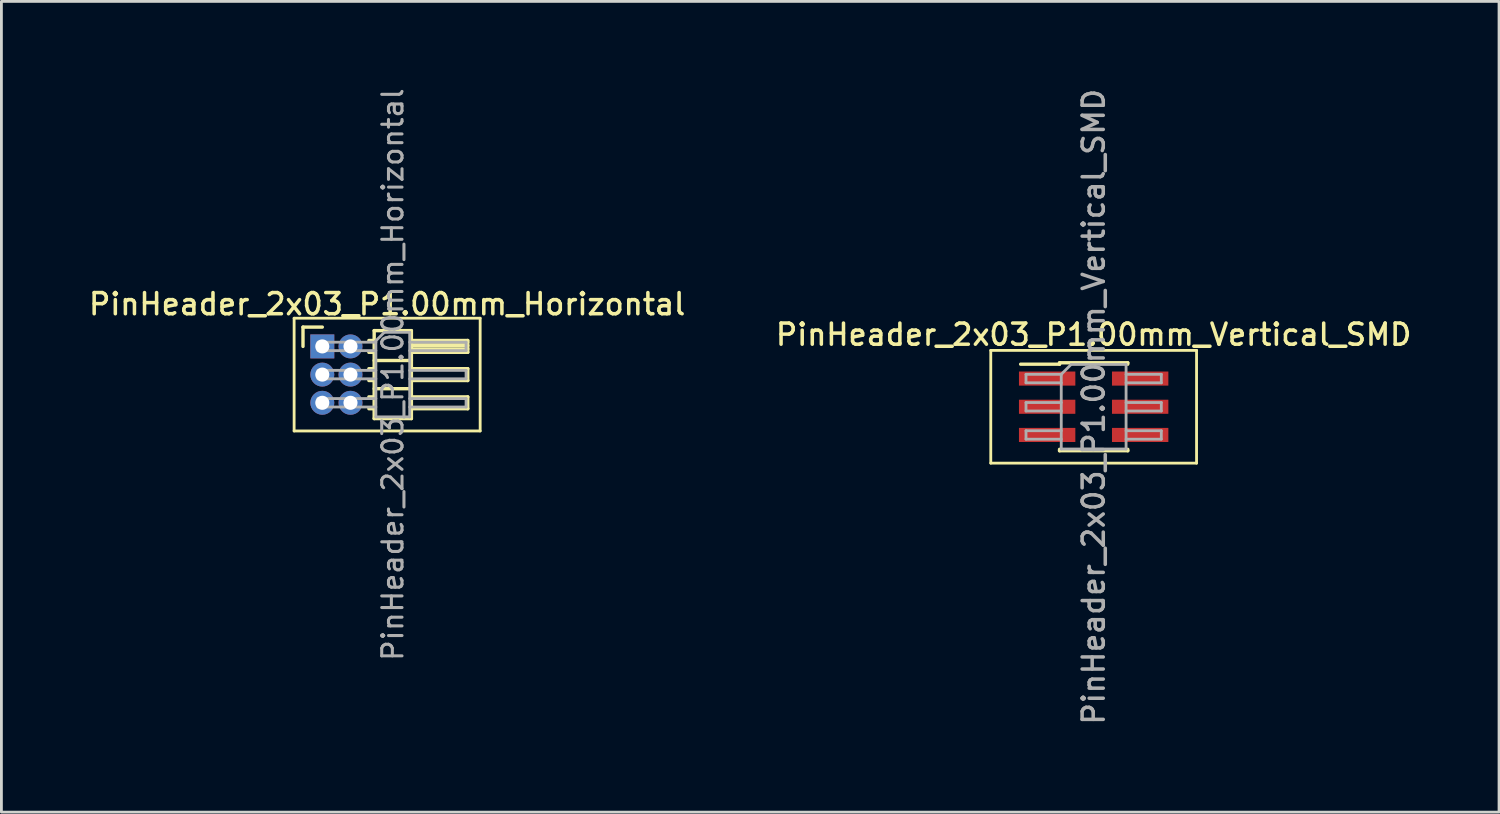
<source format=kicad_pcb>
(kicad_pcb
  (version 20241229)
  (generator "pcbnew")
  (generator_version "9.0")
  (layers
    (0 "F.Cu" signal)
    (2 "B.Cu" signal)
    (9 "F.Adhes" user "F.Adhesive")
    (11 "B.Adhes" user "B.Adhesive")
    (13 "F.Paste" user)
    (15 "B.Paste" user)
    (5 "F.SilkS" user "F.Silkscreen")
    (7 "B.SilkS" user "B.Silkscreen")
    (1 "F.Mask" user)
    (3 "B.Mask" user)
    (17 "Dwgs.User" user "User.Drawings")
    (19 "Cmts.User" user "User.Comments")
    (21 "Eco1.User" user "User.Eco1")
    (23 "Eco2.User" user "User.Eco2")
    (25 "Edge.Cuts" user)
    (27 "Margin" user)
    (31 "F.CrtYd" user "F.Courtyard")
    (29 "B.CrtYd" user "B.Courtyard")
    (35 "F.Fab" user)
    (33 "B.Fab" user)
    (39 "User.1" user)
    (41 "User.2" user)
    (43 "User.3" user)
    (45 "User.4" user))
  (footprint "PinHeader_2x03_P1.00mm_Horizontal"
    (layer "F.Cu")
    (at 8.384 9.239)
    (property "Reference" "PinHeader_2x03_P1.00mm_Horizontal" (at 2.3 -1.5 0) (layer "F.SilkS") (effects (font (size 0.75 0.75) (thickness 0.125))))
    (attr through_hole)
    (fp_line (start -1 -1) (end -1 3) (stroke (width 0.1) (type solid)) (layer "F.SilkS"))
    (fp_line (start -1 3) (end 5.6 3) (stroke (width 0.1) (type solid)) (layer "F.SilkS"))
    (fp_line (start -0.685 -0.685) (end 0 -0.685) (stroke (width 0.12) (type solid)) (layer "F.SilkS"))
    (fp_line (start -0.685 0) (end -0.685 -0.685) (stroke (width 0.12) (type solid)) (layer "F.SilkS"))
    (fp_line (start 1.652 -0.21) (end 1.84 -0.21) (stroke (width 0.12) (type solid)) (layer "F.SilkS"))
    (fp_line (start 1.652 0.21) (end 1.84 0.21) (stroke (width 0.12) (type solid)) (layer "F.SilkS"))
    (fp_line (start 1.652 0.79) (end 1.84 0.79) (stroke (width 0.12) (type solid)) (layer "F.SilkS"))
    (fp_line (start 1.652 1.21) (end 1.84 1.21) (stroke (width 0.12) (type solid)) (layer "F.SilkS"))
    (fp_line (start 1.652 1.79) (end 1.84 1.79) (stroke (width 0.12) (type solid)) (layer "F.SilkS"))
    (fp_line (start 1.652 2.21) (end 1.84 2.21) (stroke (width 0.12) (type solid)) (layer "F.SilkS"))
    (fp_line (start 1.84 -0.56) (end 1.84 2.56) (stroke (width 0.12) (type solid)) (layer "F.SilkS"))
    (fp_line (start 1.84 0.5) (end 3.16 0.5) (stroke (width 0.12) (type solid)) (layer "F.SilkS"))
    (fp_line (start 1.84 1.5) (end 3.16 1.5) (stroke (width 0.12) (type solid)) (layer "F.SilkS"))
    (fp_line (start 1.84 2.56) (end 3.16 2.56) (stroke (width 0.12) (type solid)) (layer "F.SilkS"))
    (fp_line (start 3.16 -0.56) (end 1.84 -0.56) (stroke (width 0.12) (type solid)) (layer "F.SilkS"))
    (fp_line (start 3.16 -0.21) (end 5.16 -0.21) (stroke (width 0.12) (type solid)) (layer "F.SilkS"))
    (fp_line (start 3.16 -0.15) (end 5.16 -0.15) (stroke (width 0.12) (type solid)) (layer "F.SilkS"))
    (fp_line (start 3.16 -0.03) (end 5.16 -0.03) (stroke (width 0.12) (type solid)) (layer "F.SilkS"))
    (fp_line (start 3.16 0.09) (end 5.16 0.09) (stroke (width 0.12) (type solid)) (layer "F.SilkS"))
    (fp_line (start 3.16 0.79) (end 5.16 0.79) (stroke (width 0.12) (type solid)) (layer "F.SilkS"))
    (fp_line (start 3.16 1.79) (end 5.16 1.79) (stroke (width 0.12) (type solid)) (layer "F.SilkS"))
    (fp_line (start 3.16 2.56) (end 3.16 -0.56) (stroke (width 0.12) (type solid)) (layer "F.SilkS"))
    (fp_line (start 5.16 -0.21) (end 5.16 0.21) (stroke (width 0.12) (type solid)) (layer "F.SilkS"))
    (fp_line (start 5.16 0.21) (end 3.16 0.21) (stroke (width 0.12) (type solid)) (layer "F.SilkS"))
    (fp_line (start 5.16 0.79) (end 5.16 1.21) (stroke (width 0.12) (type solid)) (layer "F.SilkS"))
    (fp_line (start 5.16 1.21) (end 3.16 1.21) (stroke (width 0.12) (type solid)) (layer "F.SilkS"))
    (fp_line (start 5.16 1.79) (end 5.16 2.21) (stroke (width 0.12) (type solid)) (layer "F.SilkS"))
    (fp_line (start 5.16 2.21) (end 3.16 2.21) (stroke (width 0.12) (type solid)) (layer "F.SilkS"))
    (fp_line (start 5.6 -1) (end -1 -1) (stroke (width 0.1) (type solid)) (layer "F.SilkS"))
    (fp_line (start 5.6 3) (end 5.6 -1) (stroke (width 0.1) (type solid)) (layer "F.SilkS"))
    (fp_line (start -0.15 -0.15) (end -0.15 0.15) (stroke (width 0.1) (type solid)) (layer "F.Fab"))
    (fp_line (start -0.15 -0.15) (end 1.9 -0.15) (stroke (width 0.1) (type solid)) (layer "F.Fab"))
    (fp_line (start -0.15 0.15) (end 1.9 0.15) (stroke (width 0.1) (type solid)) (layer "F.Fab"))
    (fp_line (start -0.15 0.85) (end -0.15 1.15) (stroke (width 0.1) (type solid)) (layer "F.Fab"))
    (fp_line (start -0.15 0.85) (end 1.9 0.85) (stroke (width 0.1) (type solid)) (layer "F.Fab"))
    (fp_line (start -0.15 1.15) (end 1.9 1.15) (stroke (width 0.1) (type solid)) (layer "F.Fab"))
    (fp_line (start -0.15 1.85) (end -0.15 2.15) (stroke (width 0.1) (type solid)) (layer "F.Fab"))
    (fp_line (start -0.15 1.85) (end 1.9 1.85) (stroke (width 0.1) (type solid)) (layer "F.Fab"))
    (fp_line (start -0.15 2.15) (end 1.9 2.15) (stroke (width 0.1) (type solid)) (layer "F.Fab"))
    (fp_line (start 1.9 -0.2) (end 2.2 -0.5) (stroke (width 0.1) (type solid)) (layer "F.Fab"))
    (fp_line (start 1.9 2.5) (end 1.9 -0.2) (stroke (width 0.1) (type solid)) (layer "F.Fab"))
    (fp_line (start 2.2 -0.5) (end 3.1 -0.5) (stroke (width 0.1) (type solid)) (layer "F.Fab"))
    (fp_line (start 3.1 -0.5) (end 3.1 2.5) (stroke (width 0.1) (type solid)) (layer "F.Fab"))
    (fp_line (start 3.1 -0.15) (end 5.1 -0.15) (stroke (width 0.1) (type solid)) (layer "F.Fab"))
    (fp_line (start 3.1 0.15) (end 5.1 0.15) (stroke (width 0.1) (type solid)) (layer "F.Fab"))
    (fp_line (start 3.1 0.85) (end 5.1 0.85) (stroke (width 0.1) (type solid)) (layer "F.Fab"))
    (fp_line (start 3.1 1.15) (end 5.1 1.15) (stroke (width 0.1) (type solid)) (layer "F.Fab"))
    (fp_line (start 3.1 1.85) (end 5.1 1.85) (stroke (width 0.1) (type solid)) (layer "F.Fab"))
    (fp_line (start 3.1 2.15) (end 5.1 2.15) (stroke (width 0.1) (type solid)) (layer "F.Fab"))
    (fp_line (start 3.1 2.5) (end 1.9 2.5) (stroke (width 0.1) (type solid)) (layer "F.Fab"))
    (fp_line (start 5.1 -0.15) (end 5.1 0.15) (stroke (width 0.1) (type solid)) (layer "F.Fab"))
    (fp_line (start 5.1 0.85) (end 5.1 1.15) (stroke (width 0.1) (type solid)) (layer "F.Fab"))
    (fp_line (start 5.1 1.85) (end 5.1 2.15) (stroke (width 0.1) (type solid)) (layer "F.Fab"))
    (fp_text user "${REFERENCE}" (at 2.5 1 90) (layer "F.Fab") (effects (font (size 0.72 0.72) (thickness 0.108))))
    (pad "1" thru_hole rect (at 0 0) (size 0.85 0.85) (drill 0.5) (layers "*.Cu" "*.Mask"))
    (pad "2" thru_hole oval (at 1 0) (size 0.85 0.85) (drill 0.5) (layers "*.Cu" "*.Mask"))
    (pad "3" thru_hole oval (at 0 1) (size 0.85 0.85) (drill 0.5) (layers "*.Cu" "*.Mask"))
    (pad "4" thru_hole oval (at 1 1) (size 0.85 0.85) (drill 0.5) (layers "*.Cu" "*.Mask"))
    (pad "5" thru_hole oval (at 0 2) (size 0.85 0.85) (drill 0.5) (layers "*.Cu" "*.Mask"))
    (pad "6" thru_hole oval (at 1 2) (size 0.85 0.85) (drill 0.5) (layers "*.Cu" "*.Mask")))
  (footprint "PinHeader_2x03_P1.00mm_Vertical_SMD"
    (layer "F.Cu")
    (at 35.748 11.38)
    (property "Reference" "PinHeader_2x03_P1.00mm_Vertical_SMD" (at 0 -2.56 0) (layer "F.SilkS") (effects (font (size 0.75 0.75) (thickness 0.125))))
    (attr smd)
    (fp_line (start -3.65 -2) (end -3.65 2) (stroke (width 0.1) (type solid)) (layer "F.SilkS"))
    (fp_line (start -3.65 2) (end 3.65 2) (stroke (width 0.1) (type solid)) (layer "F.SilkS"))
    (fp_line (start -2.59 -1.51) (end -1.21 -1.51) (stroke (width 0.12) (type solid)) (layer "F.SilkS"))
    (fp_line (start -1.21 -1.56) (end -1.21 -1.51) (stroke (width 0.12) (type solid)) (layer "F.SilkS"))
    (fp_line (start -1.21 -1.56) (end 1.21 -1.56) (stroke (width 0.12) (type solid)) (layer "F.SilkS"))
    (fp_line (start -1.21 1.51) (end -1.21 1.56) (stroke (width 0.12) (type solid)) (layer "F.SilkS"))
    (fp_line (start -1.21 1.56) (end 1.21 1.56) (stroke (width 0.12) (type solid)) (layer "F.SilkS"))
    (fp_line (start 1.21 -1.56) (end 1.21 -1.51) (stroke (width 0.12) (type solid)) (layer "F.SilkS"))
    (fp_line (start 1.21 1.51) (end 1.21 1.56) (stroke (width 0.12) (type solid)) (layer "F.SilkS"))
    (fp_line (start 3.65 -2) (end -3.65 -2) (stroke (width 0.1) (type solid)) (layer "F.SilkS"))
    (fp_line (start 3.65 2) (end 3.65 -2) (stroke (width 0.1) (type solid)) (layer "F.SilkS"))
    (fp_line (start -2.4 -1.15) (end -2.4 -0.85) (stroke (width 0.1) (type solid)) (layer "F.Fab"))
    (fp_line (start -2.4 -0.85) (end -1.15 -0.85) (stroke (width 0.1) (type solid)) (layer "F.Fab"))
    (fp_line (start -2.4 -0.15) (end -2.4 0.15) (stroke (width 0.1) (type solid)) (layer "F.Fab"))
    (fp_line (start -2.4 0.15) (end -1.15 0.15) (stroke (width 0.1) (type solid)) (layer "F.Fab"))
    (fp_line (start -2.4 0.85) (end -2.4 1.15) (stroke (width 0.1) (type solid)) (layer "F.Fab"))
    (fp_line (start -2.4 1.15) (end -1.15 1.15) (stroke (width 0.1) (type solid)) (layer "F.Fab"))
    (fp_line (start -1.15 -1.15) (end -2.4 -1.15) (stroke (width 0.1) (type solid)) (layer "F.Fab"))
    (fp_line (start -1.15 -1.15) (end -0.8 -1.5) (stroke (width 0.1) (type solid)) (layer "F.Fab"))
    (fp_line (start -1.15 -0.15) (end -2.4 -0.15) (stroke (width 0.1) (type solid)) (layer "F.Fab"))
    (fp_line (start -1.15 0.85) (end -2.4 0.85) (stroke (width 0.1) (type solid)) (layer "F.Fab"))
    (fp_line (start -1.15 1.5) (end -1.15 -1.15) (stroke (width 0.1) (type solid)) (layer "F.Fab"))
    (fp_line (start -0.8 -1.5) (end 1.15 -1.5) (stroke (width 0.1) (type solid)) (layer "F.Fab"))
    (fp_line (start 1.15 -1.5) (end 1.15 1.5) (stroke (width 0.1) (type solid)) (layer "F.Fab"))
    (fp_line (start 1.15 -1.15) (end 2.4 -1.15) (stroke (width 0.1) (type solid)) (layer "F.Fab"))
    (fp_line (start 1.15 -0.15) (end 2.4 -0.15) (stroke (width 0.1) (type solid)) (layer "F.Fab"))
    (fp_line (start 1.15 0.85) (end 2.4 0.85) (stroke (width 0.1) (type solid)) (layer "F.Fab"))
    (fp_line (start 1.15 1.5) (end -1.15 1.5) (stroke (width 0.1) (type solid)) (layer "F.Fab"))
    (fp_line (start 2.4 -1.15) (end 2.4 -0.85) (stroke (width 0.1) (type solid)) (layer "F.Fab"))
    (fp_line (start 2.4 -0.85) (end 1.15 -0.85) (stroke (width 0.1) (type solid)) (layer "F.Fab"))
    (fp_line (start 2.4 -0.15) (end 2.4 0.15) (stroke (width 0.1) (type solid)) (layer "F.Fab"))
    (fp_line (start 2.4 0.15) (end 1.15 0.15) (stroke (width 0.1) (type solid)) (layer "F.Fab"))
    (fp_line (start 2.4 0.85) (end 2.4 1.15) (stroke (width 0.1) (type solid)) (layer "F.Fab"))
    (fp_line (start 2.4 1.15) (end 1.15 1.15) (stroke (width 0.1) (type solid)) (layer "F.Fab"))
    (fp_text user "${REFERENCE}" (at 0 0 90) (layer "F.Fab") (effects (font (size 0.75 0.75) (thickness 0.125))))
    (pad "1" smd rect (at -1.65 -1) (size 2 0.5) (layers "F.Cu" "F.Mask" "F.Paste"))
    (pad "2" smd rect (at 1.65 -1) (size 2 0.5) (layers "F.Cu" "F.Mask" "F.Paste"))
    (pad "3" smd rect (at -1.65 0) (size 2 0.5) (layers "F.Cu" "F.Mask" "F.Paste"))
    (pad "4" smd rect (at 1.65 0) (size 2 0.5) (layers "F.Cu" "F.Mask" "F.Paste"))
    (pad "5" smd rect (at -1.65 1) (size 2 0.5) (layers "F.Cu" "F.Mask" "F.Paste"))
    (pad "6" smd rect (at 1.65 1) (size 2 0.5) (layers "F.Cu" "F.Mask" "F.Paste")))
  (gr_rect
    (start -3 -3)
    (end 50.129 25.761)
    (stroke (width 0.1) (type default))
    (fill no)
    (layer "Edge.Cuts")))
</source>
